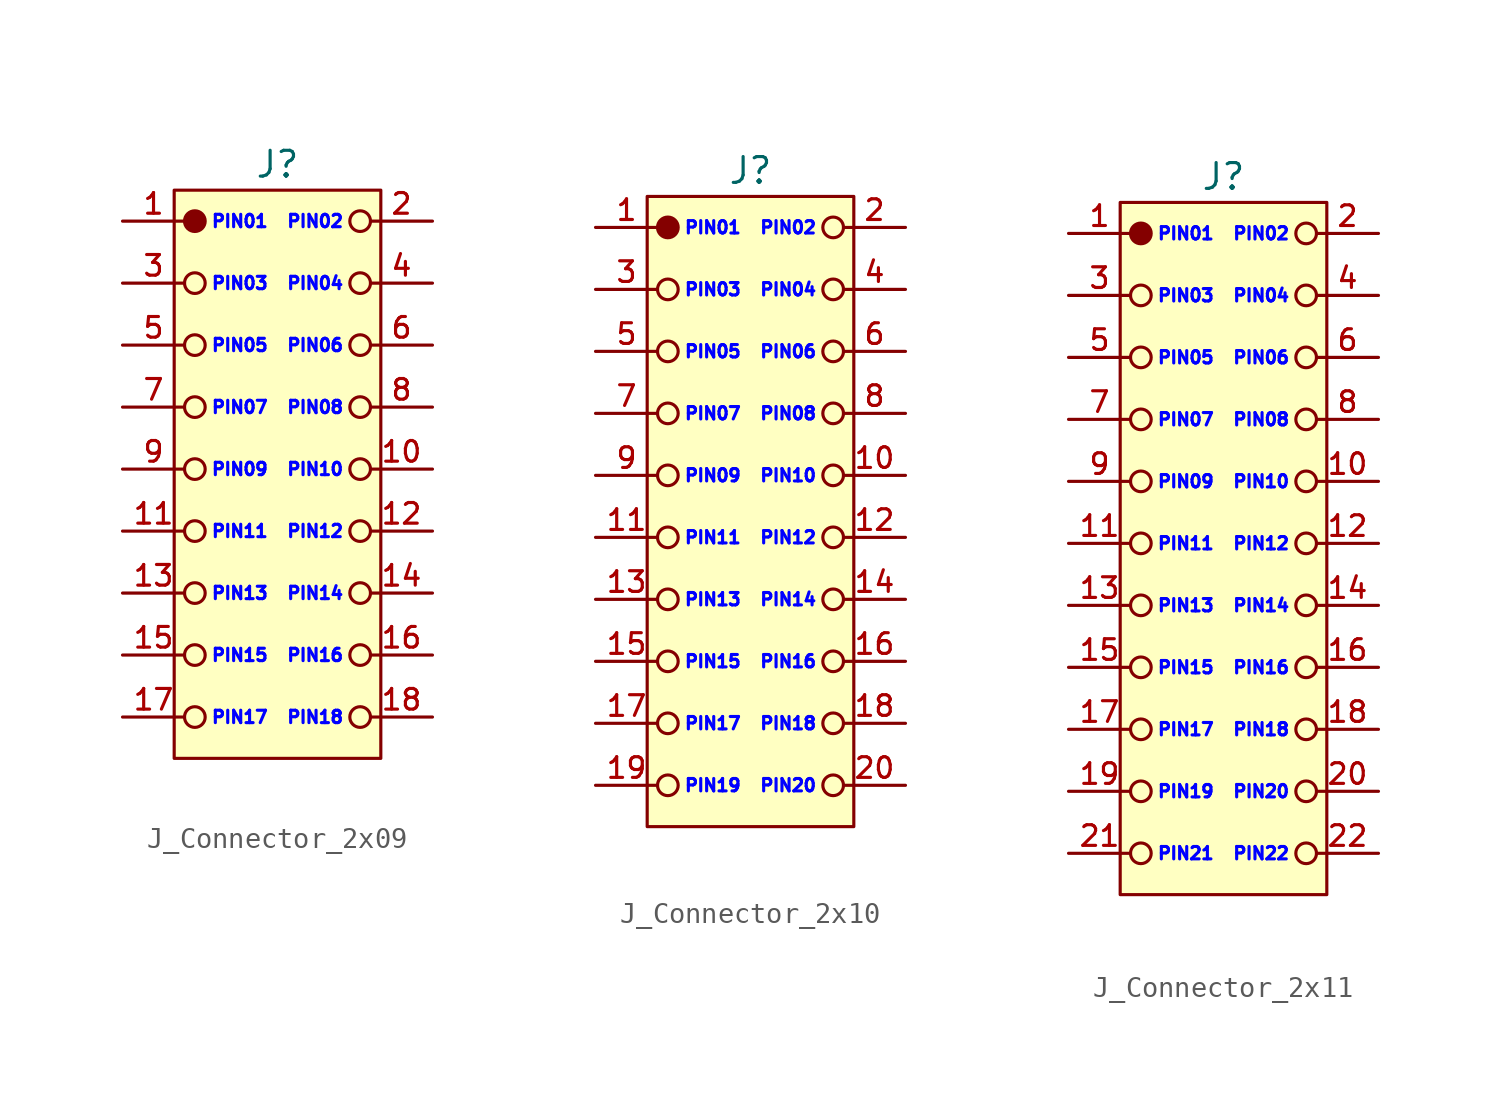
<source format=kicad_sym>
(kicad_symbol_lib
  (version 20241209)
  (generator "kicad_symbol_editor")
  (generator_version "9.0")
  (symbol "J_Connector_2x09"
    (pin_names
      (offset 0)
      (hide yes))
    (property "Reference" "J"
      (at 7.5 2.75 0)
      (do_not_autoplace)
      (effects (font (size 1.25 1.25))))
    (property "PIN_01" "PIN01"
      (at 4.25 0 0)
      (do_not_autoplace)
      (effects (font (size 0.6 0.6) (color 0 0 255 1)) (justify left)))
    (property "PIN_02" "PIN02"
      (at 10.75 0 0)
      (do_not_autoplace)
      (effects (font (size 0.6 0.6) (color 0 0 255 1)) (justify right)))
    (property "PIN_03" "PIN03"
      (at 4.25 -3 0)
      (do_not_autoplace)
      (effects (font (size 0.6 0.6) (color 0 0 255 1)) (justify left)))
    (property "PIN_04" "PIN04"
      (at 10.75 -3 0)
      (do_not_autoplace)
      (effects (font (size 0.6 0.6) (color 0 0 255 1)) (justify right)))
    (property "PIN_05" "PIN05"
      (at 4.25 -6 0)
      (do_not_autoplace)
      (effects (font (size 0.6 0.6) (color 0 0 255 1)) (justify left)))
    (property "PIN_06" "PIN06"
      (at 10.75 -6 0)
      (do_not_autoplace)
      (effects (font (size 0.6 0.6) (color 0 0 255 1)) (justify right)))
    (property "PIN_07" "PIN07"
      (at 4.25 -9 0)
      (do_not_autoplace)
      (effects (font (size 0.6 0.6) (color 0 0 255 1)) (justify left)))
    (property "PIN_08" "PIN08"
      (at 10.75 -9 0)
      (do_not_autoplace)
      (effects (font (size 0.6 0.6) (color 0 0 255 1)) (justify right)))
    (property "PIN_09" "PIN09"
      (at 4.25 -12 0)
      (do_not_autoplace)
      (effects (font (size 0.6 0.6) (color 0 0 255 1)) (justify left)))
    (property "PIN_10" "PIN10"
      (at 10.75 -12 0)
      (do_not_autoplace)
      (effects (font (size 0.6 0.6) (color 0 0 255 1)) (justify right)))
    (property "PIN_11" "PIN11"
      (at 4.25 -15 0)
      (do_not_autoplace)
      (effects (font (size 0.6 0.6) (color 0 0 255 1)) (justify left)))
    (property "PIN_12" "PIN12"
      (at 10.75 -15 0)
      (do_not_autoplace)
      (effects (font (size 0.6 0.6) (color 0 0 255 1)) (justify right)))
    (property "PIN_13" "PIN13"
      (at 4.25 -18 0)
      (do_not_autoplace)
      (effects (font (size 0.6 0.6) (color 0 0 255 1)) (justify left)))
    (property "PIN_14" "PIN14"
      (at 10.75 -18 0)
      (do_not_autoplace)
      (effects (font (size 0.6 0.6) (color 0 0 255 1)) (justify right)))
    (property "PIN_15" "PIN15"
      (at 4.25 -21 0)
      (do_not_autoplace)
      (effects (font (size 0.6 0.6) (color 0 0 255 1)) (justify left)))
    (property "PIN_16" "PIN16"
      (at 10.75 -21 0)
      (do_not_autoplace)
      (effects (font (size 0.6 0.6) (color 0 0 255 1)) (justify right)))
    (property "PIN_17" "PIN17"
      (at 4.25 -24 0)
      (effects (font (size 0.6 0.6) (color 0 0 255 1)) (justify left)))
    (property "PIN_18" "PIN18"
      (at 10.75 -24 0)
      (effects (font (size 0.6 0.6) (color 0 0 255 1)) (justify right)))
    (symbol "J_Connector_2x09_0_1"
      (circle (center 3.5 -3) (radius 0.5) (stroke (width 0) (type default)) (fill (type none)))
      (circle (center 3.5 -6) (radius 0.5) (stroke (width 0) (type default)) (fill (type none)))
      (circle (center 3.5 -9) (radius 0.5) (stroke (width 0) (type default)) (fill (type none)))
      (circle (center 3.5 -12) (radius 0.5) (stroke (width 0) (type default)) (fill (type none)))
      (circle (center 3.5 -15) (radius 0.5) (stroke (width 0) (type default)) (fill (type none)))
      (circle (center 3.5 -18) (radius 0.5) (stroke (width 0) (type default)) (fill (type none)))
      (circle (center 3.5 -21) (radius 0.5) (stroke (width 0) (type default)) (fill (type none)))
      (circle (center 11.5 0) (radius 0.5) (stroke (width 0) (type default)) (fill (type none)))
      (circle (center 11.5 -3) (radius 0.5) (stroke (width 0) (type default)) (fill (type none)))
      (circle (center 11.5 -6) (radius 0.5) (stroke (width 0) (type default)) (fill (type none)))
      (circle (center 11.5 -9) (radius 0.5) (stroke (width 0) (type default)) (fill (type none)))
      (circle (center 11.5 -12) (radius 0.5) (stroke (width 0) (type default)) (fill (type none)))
      (circle (center 11.5 -15) (radius 0.5) (stroke (width 0) (type default)) (fill (type none)))
      (circle (center 11.5 -18) (radius 0.5) (stroke (width 0) (type default)) (fill (type none)))
      (circle (center 11.5 -21) (radius 0.5) (stroke (width 0) (type default)) (fill (type none)))
      (circle (center 11.5 -24) (radius 0.5) (stroke (width 0) (type default)) (fill (type none))))
    (symbol "J_Connector_2x09_1_1"
      (rectangle (start 2.5 1.5) (end 12.5 -26) (stroke (width 0) (type default)) (fill (type background)))
      (circle (center 3.5 0) (radius 0.5) (stroke (width 0) (type default)) (fill (type outline)))
      (circle (center 3.5 -24) (radius 0.5) (stroke (width 0) (type default)) (fill (type none)))
      (pin passive line (at 0 0 0) (length 3) (name "1" (effects (font (size 1 1)))) (number "1" (effects (font (size 1 1)))))
      (pin passive line (at 0 -3 0) (length 3) (name "3" (effects (font (size 1 1)))) (number "3" (effects (font (size 1 1)))))
      (pin passive line (at 0 -6 0) (length 3) (name "5" (effects (font (size 1 1)))) (number "5" (effects (font (size 1 1)))))
      (pin passive line (at 0 -9 0) (length 3) (name "7" (effects (font (size 1 1)))) (number "7" (effects (font (size 1 1)))))
      (pin passive line (at 0 -12 0) (length 3) (name "9" (effects (font (size 1 1)))) (number "9" (effects (font (size 1 1)))))
      (pin passive line (at 0 -15 0) (length 3) (name "11" (effects (font (size 1 1)))) (number "11" (effects (font (size 1 1)))))
      (pin passive line (at 0 -18 0) (length 3) (name "13" (effects (font (size 1 1)))) (number "13" (effects (font (size 1 1)))))
      (pin passive line (at 0 -21 0) (length 3) (name "15" (effects (font (size 1 1)))) (number "15" (effects (font (size 1 1)))))
      (pin passive line (at 0 -24 0) (length 3) (name "17" (effects (font (size 1 1)))) (number "17" (effects (font (size 1 1)))))
      (pin passive line (at 15 0 180) (length 3) (name "2" (effects (font (size 1 1)))) (number "2" (effects (font (size 1 1)))))
      (pin passive line (at 15 -3 180) (length 3) (name "4" (effects (font (size 1 1)))) (number "4" (effects (font (size 1 1)))))
      (pin passive line (at 15 -6 180) (length 3) (name "6" (effects (font (size 1 1)))) (number "6" (effects (font (size 1 1)))))
      (pin passive line (at 15 -9 180) (length 3) (name "8" (effects (font (size 1 1)))) (number "8" (effects (font (size 1 1)))))
      (pin passive line (at 15 -12 180) (length 3) (name "10" (effects (font (size 1 1)))) (number "10" (effects (font (size 1 1)))))
      (pin passive line (at 15 -15 180) (length 3) (name "12" (effects (font (size 1 1)))) (number "12" (effects (font (size 1 1)))))
      (pin passive line (at 15 -18 180) (length 3) (name "14" (effects (font (size 1 1)))) (number "14" (effects (font (size 1 1)))))
      (pin passive line (at 15 -21 180) (length 3) (name "16" (effects (font (size 1 1)))) (number "16" (effects (font (size 1 1)))))
      (pin passive line (at 15 -24 180) (length 3) (name "18" (effects (font (size 1 1)))) (number "18" (effects (font (size 1 1)))))))
  (symbol "J_Connector_2x10"
    (pin_names
      (offset 0)
      (hide yes))
    (property "Reference" "J"
      (at 7.5 2.75 0)
      (do_not_autoplace)
      (effects (font (size 1.25 1.25))))
    (property "PIN_01" "PIN01"
      (at 4.25 0 0)
      (do_not_autoplace)
      (effects (font (size 0.6 0.6) (color 0 0 255 1)) (justify left)))
    (property "PIN_02" "PIN02"
      (at 10.75 0 0)
      (do_not_autoplace)
      (effects (font (size 0.6 0.6) (color 0 0 255 1)) (justify right)))
    (property "PIN_03" "PIN03"
      (at 4.25 -3 0)
      (do_not_autoplace)
      (effects (font (size 0.6 0.6) (color 0 0 255 1)) (justify left)))
    (property "PIN_04" "PIN04"
      (at 10.75 -3 0)
      (do_not_autoplace)
      (effects (font (size 0.6 0.6) (color 0 0 255 1)) (justify right)))
    (property "PIN_05" "PIN05"
      (at 4.25 -6 0)
      (do_not_autoplace)
      (effects (font (size 0.6 0.6) (color 0 0 255 1)) (justify left)))
    (property "PIN_06" "PIN06"
      (at 10.75 -6 0)
      (do_not_autoplace)
      (effects (font (size 0.6 0.6) (color 0 0 255 1)) (justify right)))
    (property "PIN_07" "PIN07"
      (at 4.25 -9 0)
      (do_not_autoplace)
      (effects (font (size 0.6 0.6) (color 0 0 255 1)) (justify left)))
    (property "PIN_08" "PIN08"
      (at 10.75 -9 0)
      (do_not_autoplace)
      (effects (font (size 0.6 0.6) (color 0 0 255 1)) (justify right)))
    (property "PIN_09" "PIN09"
      (at 4.25 -12 0)
      (do_not_autoplace)
      (effects (font (size 0.6 0.6) (color 0 0 255 1)) (justify left)))
    (property "PIN_10" "PIN10"
      (at 10.75 -12 0)
      (do_not_autoplace)
      (effects (font (size 0.6 0.6) (color 0 0 255 1)) (justify right)))
    (property "PIN_11" "PIN11"
      (at 4.25 -15 0)
      (do_not_autoplace)
      (effects (font (size 0.6 0.6) (color 0 0 255 1)) (justify left)))
    (property "PIN_12" "PIN12"
      (at 10.75 -15 0)
      (do_not_autoplace)
      (effects (font (size 0.6 0.6) (color 0 0 255 1)) (justify right)))
    (property "PIN_13" "PIN13"
      (at 4.25 -18 0)
      (do_not_autoplace)
      (effects (font (size 0.6 0.6) (color 0 0 255 1)) (justify left)))
    (property "PIN_14" "PIN14"
      (at 10.75 -18 0)
      (do_not_autoplace)
      (effects (font (size 0.6 0.6) (color 0 0 255 1)) (justify right)))
    (property "PIN_15" "PIN15"
      (at 4.25 -21 0)
      (do_not_autoplace)
      (effects (font (size 0.6 0.6) (color 0 0 255 1)) (justify left)))
    (property "PIN_16" "PIN16"
      (at 10.75 -21 0)
      (do_not_autoplace)
      (effects (font (size 0.6 0.6) (color 0 0 255 1)) (justify right)))
    (property "PIN_17" "PIN17"
      (at 4.25 -24 0)
      (effects (font (size 0.6 0.6) (color 0 0 255 1)) (justify left)))
    (property "PIN_18" "PIN18"
      (at 10.75 -24 0)
      (effects (font (size 0.6 0.6) (color 0 0 255 1)) (justify right)))
    (property "PIN_19" "PIN19"
      (at 4.25 -27 0)
      (effects (font (size 0.6 0.6) (color 0 0 255 1)) (justify left)))
    (property "PIN_20" "PIN20"
      (at 10.75 -27 0)
      (effects (font (size 0.6 0.6) (color 0 0 255 1)) (justify right)))
    (symbol "J_Connector_2x10_0_1"
      (circle (center 3.5 -3) (radius 0.5) (stroke (width 0) (type default)) (fill (type none)))
      (circle (center 3.5 -6) (radius 0.5) (stroke (width 0) (type default)) (fill (type none)))
      (circle (center 3.5 -9) (radius 0.5) (stroke (width 0) (type default)) (fill (type none)))
      (circle (center 3.5 -12) (radius 0.5) (stroke (width 0) (type default)) (fill (type none)))
      (circle (center 3.5 -15) (radius 0.5) (stroke (width 0) (type default)) (fill (type none)))
      (circle (center 3.5 -18) (radius 0.5) (stroke (width 0) (type default)) (fill (type none)))
      (circle (center 3.5 -21) (radius 0.5) (stroke (width 0) (type default)) (fill (type none)))
      (circle (center 3.5 -27) (radius 0.5) (stroke (width 0) (type default)) (fill (type none)))
      (circle (center 11.5 0) (radius 0.5) (stroke (width 0) (type default)) (fill (type none)))
      (circle (center 11.5 -3) (radius 0.5) (stroke (width 0) (type default)) (fill (type none)))
      (circle (center 11.5 -6) (radius 0.5) (stroke (width 0) (type default)) (fill (type none)))
      (circle (center 11.5 -9) (radius 0.5) (stroke (width 0) (type default)) (fill (type none)))
      (circle (center 11.5 -12) (radius 0.5) (stroke (width 0) (type default)) (fill (type none)))
      (circle (center 11.5 -15) (radius 0.5) (stroke (width 0) (type default)) (fill (type none)))
      (circle (center 11.5 -18) (radius 0.5) (stroke (width 0) (type default)) (fill (type none)))
      (circle (center 11.5 -21) (radius 0.5) (stroke (width 0) (type default)) (fill (type none)))
      (circle (center 11.5 -24) (radius 0.5) (stroke (width 0) (type default)) (fill (type none)))
      (circle (center 11.5 -27) (radius 0.5) (stroke (width 0) (type default)) (fill (type none))))
    (symbol "J_Connector_2x10_1_1"
      (rectangle (start 2.5 1.5) (end 12.5 -29) (stroke (width 0) (type default)) (fill (type background)))
      (circle (center 3.5 0) (radius 0.5) (stroke (width 0) (type default)) (fill (type outline)))
      (circle (center 3.5 -24) (radius 0.5) (stroke (width 0) (type default)) (fill (type none)))
      (pin passive line (at 0 0 0) (length 3) (name "1" (effects (font (size 1 1)))) (number "1" (effects (font (size 1 1)))))
      (pin passive line (at 0 -3 0) (length 3) (name "3" (effects (font (size 1 1)))) (number "3" (effects (font (size 1 1)))))
      (pin passive line (at 0 -6 0) (length 3) (name "5" (effects (font (size 1 1)))) (number "5" (effects (font (size 1 1)))))
      (pin passive line (at 0 -9 0) (length 3) (name "7" (effects (font (size 1 1)))) (number "7" (effects (font (size 1 1)))))
      (pin passive line (at 0 -12 0) (length 3) (name "9" (effects (font (size 1 1)))) (number "9" (effects (font (size 1 1)))))
      (pin passive line (at 0 -15 0) (length 3) (name "11" (effects (font (size 1 1)))) (number "11" (effects (font (size 1 1)))))
      (pin passive line (at 0 -18 0) (length 3) (name "13" (effects (font (size 1 1)))) (number "13" (effects (font (size 1 1)))))
      (pin passive line (at 0 -21 0) (length 3) (name "15" (effects (font (size 1 1)))) (number "15" (effects (font (size 1 1)))))
      (pin passive line (at 0 -24 0) (length 3) (name "17" (effects (font (size 1 1)))) (number "17" (effects (font (size 1 1)))))
      (pin passive line (at 0 -27 0) (length 3) (name "19" (effects (font (size 1 1)))) (number "19" (effects (font (size 1 1)))))
      (pin passive line (at 15 0 180) (length 3) (name "2" (effects (font (size 1 1)))) (number "2" (effects (font (size 1 1)))))
      (pin passive line (at 15 -3 180) (length 3) (name "4" (effects (font (size 1 1)))) (number "4" (effects (font (size 1 1)))))
      (pin passive line (at 15 -6 180) (length 3) (name "6" (effects (font (size 1 1)))) (number "6" (effects (font (size 1 1)))))
      (pin passive line (at 15 -9 180) (length 3) (name "8" (effects (font (size 1 1)))) (number "8" (effects (font (size 1 1)))))
      (pin passive line (at 15 -12 180) (length 3) (name "10" (effects (font (size 1 1)))) (number "10" (effects (font (size 1 1)))))
      (pin passive line (at 15 -15 180) (length 3) (name "12" (effects (font (size 1 1)))) (number "12" (effects (font (size 1 1)))))
      (pin passive line (at 15 -18 180) (length 3) (name "14" (effects (font (size 1 1)))) (number "14" (effects (font (size 1 1)))))
      (pin passive line (at 15 -21 180) (length 3) (name "16" (effects (font (size 1 1)))) (number "16" (effects (font (size 1 1)))))
      (pin passive line (at 15 -24 180) (length 3) (name "18" (effects (font (size 1 1)))) (number "18" (effects (font (size 1 1)))))
      (pin passive line (at 15 -27 180) (length 3) (name "20" (effects (font (size 1 1)))) (number "20" (effects (font (size 1 1)))))))
  (symbol "J_Connector_2x11"
    (pin_names
      (offset 0)
      (hide yes))
    (property "Reference" "J"
      (at 7.5 2.75 0)
      (do_not_autoplace)
      (effects (font (size 1.25 1.25))))
    (property "PIN_01" "PIN01"
      (at 4.25 0 0)
      (do_not_autoplace)
      (effects (font (size 0.6 0.6) (color 0 0 255 1)) (justify left)))
    (property "PIN_02" "PIN02"
      (at 10.75 0 0)
      (do_not_autoplace)
      (effects (font (size 0.6 0.6) (color 0 0 255 1)) (justify right)))
    (property "PIN_03" "PIN03"
      (at 4.25 -3 0)
      (do_not_autoplace)
      (effects (font (size 0.6 0.6) (color 0 0 255 1)) (justify left)))
    (property "PIN_04" "PIN04"
      (at 10.75 -3 0)
      (do_not_autoplace)
      (effects (font (size 0.6 0.6) (color 0 0 255 1)) (justify right)))
    (property "PIN_05" "PIN05"
      (at 4.25 -6 0)
      (do_not_autoplace)
      (effects (font (size 0.6 0.6) (color 0 0 255 1)) (justify left)))
    (property "PIN_06" "PIN06"
      (at 10.75 -6 0)
      (do_not_autoplace)
      (effects (font (size 0.6 0.6) (color 0 0 255 1)) (justify right)))
    (property "PIN_07" "PIN07"
      (at 4.25 -9 0)
      (do_not_autoplace)
      (effects (font (size 0.6 0.6) (color 0 0 255 1)) (justify left)))
    (property "PIN_08" "PIN08"
      (at 10.75 -9 0)
      (do_not_autoplace)
      (effects (font (size 0.6 0.6) (color 0 0 255 1)) (justify right)))
    (property "PIN_09" "PIN09"
      (at 4.25 -12 0)
      (do_not_autoplace)
      (effects (font (size 0.6 0.6) (color 0 0 255 1)) (justify left)))
    (property "PIN_10" "PIN10"
      (at 10.75 -12 0)
      (do_not_autoplace)
      (effects (font (size 0.6 0.6) (color 0 0 255 1)) (justify right)))
    (property "PIN_11" "PIN11"
      (at 4.25 -15 0)
      (do_not_autoplace)
      (effects (font (size 0.6 0.6) (color 0 0 255 1)) (justify left)))
    (property "PIN_12" "PIN12"
      (at 10.75 -15 0)
      (do_not_autoplace)
      (effects (font (size 0.6 0.6) (color 0 0 255 1)) (justify right)))
    (property "PIN_13" "PIN13"
      (at 4.25 -18 0)
      (do_not_autoplace)
      (effects (font (size 0.6 0.6) (color 0 0 255 1)) (justify left)))
    (property "PIN_14" "PIN14"
      (at 10.75 -18 0)
      (do_not_autoplace)
      (effects (font (size 0.6 0.6) (color 0 0 255 1)) (justify right)))
    (property "PIN_15" "PIN15"
      (at 4.25 -21 0)
      (do_not_autoplace)
      (effects (font (size 0.6 0.6) (color 0 0 255 1)) (justify left)))
    (property "PIN_16" "PIN16"
      (at 10.75 -21 0)
      (do_not_autoplace)
      (effects (font (size 0.6 0.6) (color 0 0 255 1)) (justify right)))
    (property "PIN_17" "PIN17"
      (at 4.25 -24 0)
      (effects (font (size 0.6 0.6) (color 0 0 255 1)) (justify left)))
    (property "PIN_18" "PIN18"
      (at 10.75 -24 0)
      (effects (font (size 0.6 0.6) (color 0 0 255 1)) (justify right)))
    (property "PIN_19" "PIN19"
      (at 4.25 -27 0)
      (effects (font (size 0.6 0.6) (color 0 0 255 1)) (justify left)))
    (property "PIN_20" "PIN20"
      (at 10.75 -27 0)
      (effects (font (size 0.6 0.6) (color 0 0 255 1)) (justify right)))
    (property "PIN_21" "PIN21"
      (at 4.25 -30 0)
      (effects (font (size 0.6 0.6) (color 0 0 255 1)) (justify left)))
    (property "PIN_22" "PIN22"
      (at 10.75 -30 0)
      (effects (font (size 0.6 0.6) (color 0 0 255 1)) (justify right)))
    (symbol "J_Connector_2x11_0_1"
      (circle (center 3.5 -3) (radius 0.5) (stroke (width 0) (type default)) (fill (type none)))
      (circle (center 3.5 -6) (radius 0.5) (stroke (width 0) (type default)) (fill (type none)))
      (circle (center 3.5 -9) (radius 0.5) (stroke (width 0) (type default)) (fill (type none)))
      (circle (center 3.5 -12) (radius 0.5) (stroke (width 0) (type default)) (fill (type none)))
      (circle (center 3.5 -15) (radius 0.5) (stroke (width 0) (type default)) (fill (type none)))
      (circle (center 3.5 -18) (radius 0.5) (stroke (width 0) (type default)) (fill (type none)))
      (circle (center 3.5 -21) (radius 0.5) (stroke (width 0) (type default)) (fill (type none)))
      (circle (center 3.5 -27) (radius 0.5) (stroke (width 0) (type default)) (fill (type none)))
      (circle (center 3.5 -30) (radius 0.5) (stroke (width 0) (type default)) (fill (type none)))
      (circle (center 11.5 0) (radius 0.5) (stroke (width 0) (type default)) (fill (type none)))
      (circle (center 11.5 -3) (radius 0.5) (stroke (width 0) (type default)) (fill (type none)))
      (circle (center 11.5 -6) (radius 0.5) (stroke (width 0) (type default)) (fill (type none)))
      (circle (center 11.5 -9) (radius 0.5) (stroke (width 0) (type default)) (fill (type none)))
      (circle (center 11.5 -12) (radius 0.5) (stroke (width 0) (type default)) (fill (type none)))
      (circle (center 11.5 -15) (radius 0.5) (stroke (width 0) (type default)) (fill (type none)))
      (circle (center 11.5 -18) (radius 0.5) (stroke (width 0) (type default)) (fill (type none)))
      (circle (center 11.5 -21) (radius 0.5) (stroke (width 0) (type default)) (fill (type none)))
      (circle (center 11.5 -24) (radius 0.5) (stroke (width 0) (type default)) (fill (type none)))
      (circle (center 11.5 -27) (radius 0.5) (stroke (width 0) (type default)) (fill (type none)))
      (circle (center 11.5 -30) (radius 0.5) (stroke (width 0) (type default)) (fill (type none))))
    (symbol "J_Connector_2x11_1_1"
      (rectangle (start 2.5 1.5) (end 12.5 -32) (stroke (width 0) (type default)) (fill (type background)))
      (circle (center 3.5 0) (radius 0.5) (stroke (width 0) (type default)) (fill (type outline)))
      (circle (center 3.5 -24) (radius 0.5) (stroke (width 0) (type default)) (fill (type none)))
      (pin passive line (at 0 0 0) (length 3) (name "1" (effects (font (size 1 1)))) (number "1" (effects (font (size 1 1)))))
      (pin passive line (at 0 -3 0) (length 3) (name "3" (effects (font (size 1 1)))) (number "3" (effects (font (size 1 1)))))
      (pin passive line (at 0 -6 0) (length 3) (name "5" (effects (font (size 1 1)))) (number "5" (effects (font (size 1 1)))))
      (pin passive line (at 0 -9 0) (length 3) (name "7" (effects (font (size 1 1)))) (number "7" (effects (font (size 1 1)))))
      (pin passive line (at 0 -12 0) (length 3) (name "9" (effects (font (size 1 1)))) (number "9" (effects (font (size 1 1)))))
      (pin passive line (at 0 -15 0) (length 3) (name "11" (effects (font (size 1 1)))) (number "11" (effects (font (size 1 1)))))
      (pin passive line (at 0 -18 0) (length 3) (name "13" (effects (font (size 1 1)))) (number "13" (effects (font (size 1 1)))))
      (pin passive line (at 0 -21 0) (length 3) (name "15" (effects (font (size 1 1)))) (number "15" (effects (font (size 1 1)))))
      (pin passive line (at 0 -24 0) (length 3) (name "17" (effects (font (size 1 1)))) (number "17" (effects (font (size 1 1)))))
      (pin passive line (at 0 -27 0) (length 3) (name "19" (effects (font (size 1 1)))) (number "19" (effects (font (size 1 1)))))
      (pin passive line (at 0 -30 0) (length 3) (name "21" (effects (font (size 1 1)))) (number "21" (effects (font (size 1 1)))))
      (pin passive line (at 15 0 180) (length 3) (name "2" (effects (font (size 1 1)))) (number "2" (effects (font (size 1 1)))))
      (pin passive line (at 15 -3 180) (length 3) (name "4" (effects (font (size 1 1)))) (number "4" (effects (font (size 1 1)))))
      (pin passive line (at 15 -6 180) (length 3) (name "6" (effects (font (size 1 1)))) (number "6" (effects (font (size 1 1)))))
      (pin passive line (at 15 -9 180) (length 3) (name "8" (effects (font (size 1 1)))) (number "8" (effects (font (size 1 1)))))
      (pin passive line (at 15 -12 180) (length 3) (name "10" (effects (font (size 1 1)))) (number "10" (effects (font (size 1 1)))))
      (pin passive line (at 15 -15 180) (length 3) (name "12" (effects (font (size 1 1)))) (number "12" (effects (font (size 1 1)))))
      (pin passive line (at 15 -18 180) (length 3) (name "14" (effects (font (size 1 1)))) (number "14" (effects (font (size 1 1)))))
      (pin passive line (at 15 -21 180) (length 3) (name "16" (effects (font (size 1 1)))) (number "16" (effects (font (size 1 1)))))
      (pin passive line (at 15 -24 180) (length 3) (name "18" (effects (font (size 1 1)))) (number "18" (effects (font (size 1 1)))))
      (pin passive line (at 15 -27 180) (length 3) (name "20" (effects (font (size 1 1)))) (number "20" (effects (font (size 1 1)))))
      (pin passive line (at 15 -30 180) (length 3) (name "22" (effects (font (size 1 1)))) (number "22" (effects (font (size 1 1))))))))
</source>
